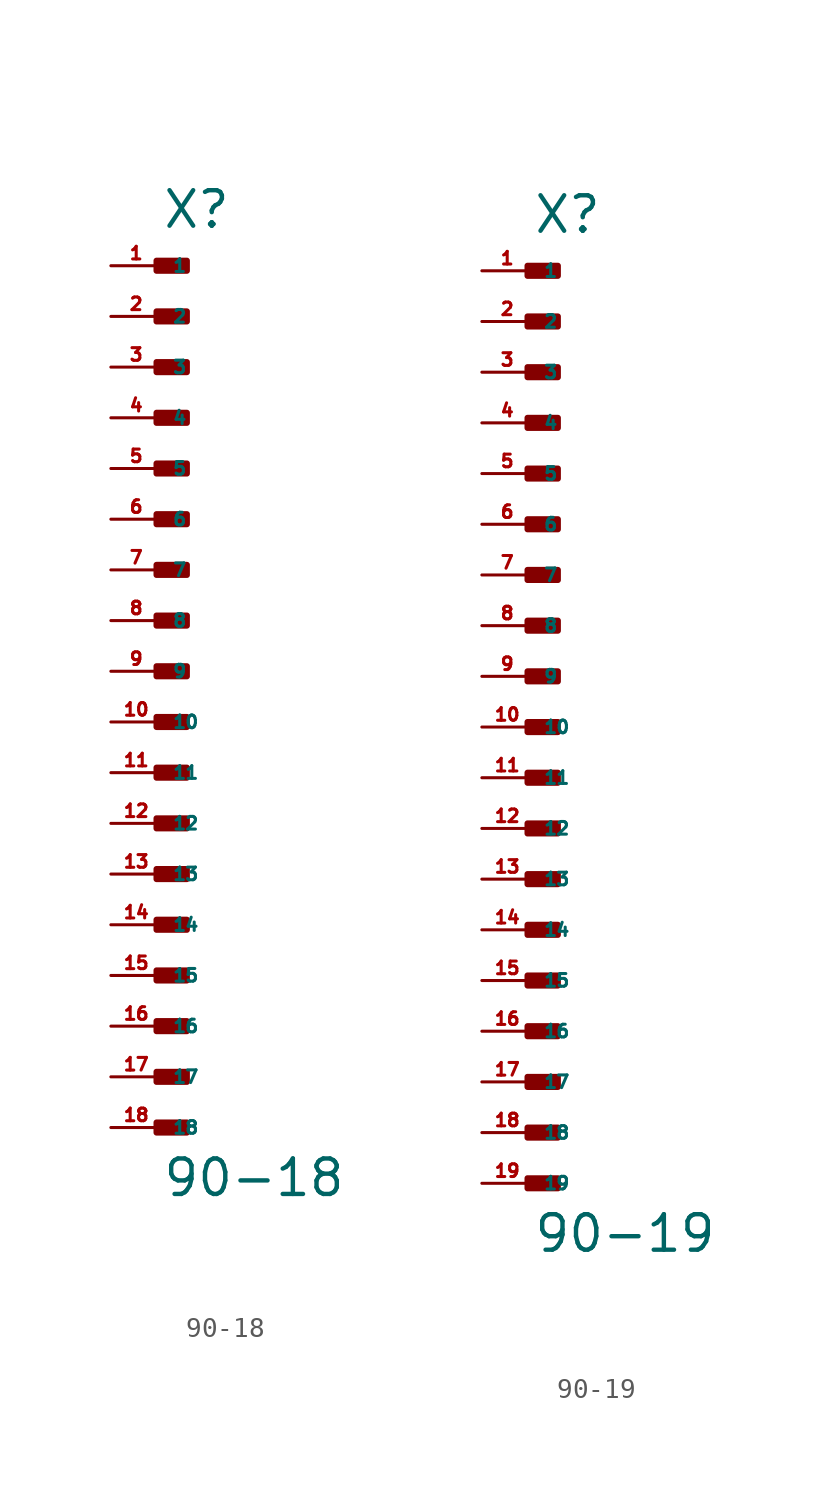
<source format=kicad_sym>
(kicad_symbol_lib
  (version 20220914)
  (generator Eagle2Kicad)
  (symbol "90-18"
    (property "Reference" "X"
      (at 0 22.098 0)
      (effects (font (size 1.778 1.778) (thickness 0.22)) (justify left bottom)))
    (property "Value" "90-18"
      (at 0 -26.416 0)
      (effects (font (size 1.778 1.778) (thickness 0.22)) (justify left bottom)))
    (rectangle
      (start -0.254 20.066)
      (end 1.27 20.574)
      (stroke (width 0.3) (type default))
      (fill (type outline)))
    (rectangle
      (start -0.254 17.526)
      (end 1.27 18.034)
      (stroke (width 0.3) (type default))
      (fill (type outline)))
    (rectangle
      (start -0.254 14.986)
      (end 1.27 15.494)
      (stroke (width 0.3) (type default))
      (fill (type outline)))
    (rectangle
      (start -0.254 12.446)
      (end 1.27 12.954)
      (stroke (width 0.3) (type default))
      (fill (type outline)))
    (rectangle
      (start -0.254 9.906)
      (end 1.27 10.414)
      (stroke (width 0.3) (type default))
      (fill (type outline)))
    (rectangle
      (start -0.254 7.366)
      (end 1.27 7.874)
      (stroke (width 0.3) (type default))
      (fill (type outline)))
    (rectangle
      (start -0.254 4.826)
      (end 1.27 5.334)
      (stroke (width 0.3) (type default))
      (fill (type outline)))
    (rectangle
      (start -0.254 2.286)
      (end 1.27 2.794)
      (stroke (width 0.3) (type default))
      (fill (type outline)))
    (rectangle
      (start -0.254 -0.254)
      (end 1.27 0.254)
      (stroke (width 0.3) (type default))
      (fill (type outline)))
    (rectangle
      (start -0.254 -2.794)
      (end 1.27 -2.286)
      (stroke (width 0.3) (type default))
      (fill (type outline)))
    (rectangle
      (start -0.254 -5.334)
      (end 1.27 -4.826)
      (stroke (width 0.3) (type default))
      (fill (type outline)))
    (rectangle
      (start -0.254 -7.874)
      (end 1.27 -7.366)
      (stroke (width 0.3) (type default))
      (fill (type outline)))
    (rectangle
      (start -0.254 -10.414)
      (end 1.27 -9.906)
      (stroke (width 0.3) (type default))
      (fill (type outline)))
    (rectangle
      (start -0.254 -12.954)
      (end 1.27 -12.446)
      (stroke (width 0.3) (type default))
      (fill (type outline)))
    (rectangle
      (start -0.254 -15.494)
      (end 1.27 -14.986)
      (stroke (width 0.3) (type default))
      (fill (type outline)))
    (rectangle
      (start -0.254 -18.034)
      (end 1.27 -17.526)
      (stroke (width 0.3) (type default))
      (fill (type outline)))
    (rectangle
      (start -0.254 -20.574)
      (end 1.27 -20.066)
      (stroke (width 0.3) (type default))
      (fill (type outline)))
    (rectangle
      (start -0.254 -23.114)
      (end 1.27 -22.606)
      (stroke (width 0.3) (type default))
      (fill (type outline)))
    (pin passive line
      (at -2.54 20.32 0)
      (length 2.54)
      (name "1" (effects (font (size 0.635 0.635) (thickness 0.08)) (justify left bottom)))
      (number "1" (effects (font (size 0.635 0.635) (thickness 0.08)) (justify left bottom))))
    (pin passive line
      (at -2.54 17.78 0)
      (length 2.54)
      (name "2" (effects (font (size 0.635 0.635) (thickness 0.08)) (justify left bottom)))
      (number "2" (effects (font (size 0.635 0.635) (thickness 0.08)) (justify left bottom))))
    (pin passive line
      (at -2.54 15.24 0)
      (length 2.54)
      (name "3" (effects (font (size 0.635 0.635) (thickness 0.08)) (justify left bottom)))
      (number "3" (effects (font (size 0.635 0.635) (thickness 0.08)) (justify left bottom))))
    (pin passive line
      (at -2.54 12.7 0)
      (length 2.54)
      (name "4" (effects (font (size 0.635 0.635) (thickness 0.08)) (justify left bottom)))
      (number "4" (effects (font (size 0.635 0.635) (thickness 0.08)) (justify left bottom))))
    (pin passive line
      (at -2.54 10.16 0)
      (length 2.54)
      (name "5" (effects (font (size 0.635 0.635) (thickness 0.08)) (justify left bottom)))
      (number "5" (effects (font (size 0.635 0.635) (thickness 0.08)) (justify left bottom))))
    (pin passive line
      (at -2.54 7.62 0)
      (length 2.54)
      (name "6" (effects (font (size 0.635 0.635) (thickness 0.08)) (justify left bottom)))
      (number "6" (effects (font (size 0.635 0.635) (thickness 0.08)) (justify left bottom))))
    (pin passive line
      (at -2.54 5.08 0)
      (length 2.54)
      (name "7" (effects (font (size 0.635 0.635) (thickness 0.08)) (justify left bottom)))
      (number "7" (effects (font (size 0.635 0.635) (thickness 0.08)) (justify left bottom))))
    (pin passive line
      (at -2.54 2.54 0)
      (length 2.54)
      (name "8" (effects (font (size 0.635 0.635) (thickness 0.08)) (justify left bottom)))
      (number "8" (effects (font (size 0.635 0.635) (thickness 0.08)) (justify left bottom))))
    (pin passive line
      (at -2.54 0 0)
      (length 2.54)
      (name "9" (effects (font (size 0.635 0.635) (thickness 0.08)) (justify left bottom)))
      (number "9" (effects (font (size 0.635 0.635) (thickness 0.08)) (justify left bottom))))
    (pin passive line
      (at -2.54 -2.54 0)
      (length 2.54)
      (name "10" (effects (font (size 0.635 0.635) (thickness 0.08)) (justify left bottom)))
      (number "10" (effects (font (size 0.635 0.635) (thickness 0.08)) (justify left bottom))))
    (pin passive line
      (at -2.54 -5.08 0)
      (length 2.54)
      (name "11" (effects (font (size 0.635 0.635) (thickness 0.08)) (justify left bottom)))
      (number "11" (effects (font (size 0.635 0.635) (thickness 0.08)) (justify left bottom))))
    (pin passive line
      (at -2.54 -7.62 0)
      (length 2.54)
      (name "12" (effects (font (size 0.635 0.635) (thickness 0.08)) (justify left bottom)))
      (number "12" (effects (font (size 0.635 0.635) (thickness 0.08)) (justify left bottom))))
    (pin passive line
      (at -2.54 -10.16 0)
      (length 2.54)
      (name "13" (effects (font (size 0.635 0.635) (thickness 0.08)) (justify left bottom)))
      (number "13" (effects (font (size 0.635 0.635) (thickness 0.08)) (justify left bottom))))
    (pin passive line
      (at -2.54 -12.7 0)
      (length 2.54)
      (name "14" (effects (font (size 0.635 0.635) (thickness 0.08)) (justify left bottom)))
      (number "14" (effects (font (size 0.635 0.635) (thickness 0.08)) (justify left bottom))))
    (pin passive line
      (at -2.54 -15.24 0)
      (length 2.54)
      (name "15" (effects (font (size 0.635 0.635) (thickness 0.08)) (justify left bottom)))
      (number "15" (effects (font (size 0.635 0.635) (thickness 0.08)) (justify left bottom))))
    (pin passive line
      (at -2.54 -17.78 0)
      (length 2.54)
      (name "16" (effects (font (size 0.635 0.635) (thickness 0.08)) (justify left bottom)))
      (number "16" (effects (font (size 0.635 0.635) (thickness 0.08)) (justify left bottom))))
    (pin passive line
      (at -2.54 -20.32 0)
      (length 2.54)
      (name "17" (effects (font (size 0.635 0.635) (thickness 0.08)) (justify left bottom)))
      (number "17" (effects (font (size 0.635 0.635) (thickness 0.08)) (justify left bottom))))
    (pin passive line
      (at -2.54 -22.86 0)
      (length 2.54)
      (name "18" (effects (font (size 0.635 0.635) (thickness 0.08)) (justify left bottom)))
      (number "18" (effects (font (size 0.635 0.635) (thickness 0.08)) (justify left bottom)))))
  (symbol "90-19"
    (property "Reference" "X"
      (at 0 24.638 0)
      (effects (font (size 1.778 1.778) (thickness 0.22)) (justify left bottom)))
    (property "Value" "90-19"
      (at 0 -26.416 0)
      (effects (font (size 1.778 1.778) (thickness 0.22)) (justify left bottom)))
    (rectangle
      (start -0.254 22.606)
      (end 1.27 23.114)
      (stroke (width 0.3) (type default))
      (fill (type outline)))
    (rectangle
      (start -0.254 20.066)
      (end 1.27 20.574)
      (stroke (width 0.3) (type default))
      (fill (type outline)))
    (rectangle
      (start -0.254 17.526)
      (end 1.27 18.034)
      (stroke (width 0.3) (type default))
      (fill (type outline)))
    (rectangle
      (start -0.254 14.986)
      (end 1.27 15.494)
      (stroke (width 0.3) (type default))
      (fill (type outline)))
    (rectangle
      (start -0.254 12.446)
      (end 1.27 12.954)
      (stroke (width 0.3) (type default))
      (fill (type outline)))
    (rectangle
      (start -0.254 9.906)
      (end 1.27 10.414)
      (stroke (width 0.3) (type default))
      (fill (type outline)))
    (rectangle
      (start -0.254 7.366)
      (end 1.27 7.874)
      (stroke (width 0.3) (type default))
      (fill (type outline)))
    (rectangle
      (start -0.254 4.826)
      (end 1.27 5.334)
      (stroke (width 0.3) (type default))
      (fill (type outline)))
    (rectangle
      (start -0.254 2.286)
      (end 1.27 2.794)
      (stroke (width 0.3) (type default))
      (fill (type outline)))
    (rectangle
      (start -0.254 -0.254)
      (end 1.27 0.254)
      (stroke (width 0.3) (type default))
      (fill (type outline)))
    (rectangle
      (start -0.254 -2.794)
      (end 1.27 -2.286)
      (stroke (width 0.3) (type default))
      (fill (type outline)))
    (rectangle
      (start -0.254 -5.334)
      (end 1.27 -4.826)
      (stroke (width 0.3) (type default))
      (fill (type outline)))
    (rectangle
      (start -0.254 -7.874)
      (end 1.27 -7.366)
      (stroke (width 0.3) (type default))
      (fill (type outline)))
    (rectangle
      (start -0.254 -10.414)
      (end 1.27 -9.906)
      (stroke (width 0.3) (type default))
      (fill (type outline)))
    (rectangle
      (start -0.254 -12.954)
      (end 1.27 -12.446)
      (stroke (width 0.3) (type default))
      (fill (type outline)))
    (rectangle
      (start -0.254 -15.494)
      (end 1.27 -14.986)
      (stroke (width 0.3) (type default))
      (fill (type outline)))
    (rectangle
      (start -0.254 -18.034)
      (end 1.27 -17.526)
      (stroke (width 0.3) (type default))
      (fill (type outline)))
    (rectangle
      (start -0.254 -20.574)
      (end 1.27 -20.066)
      (stroke (width 0.3) (type default))
      (fill (type outline)))
    (rectangle
      (start -0.254 -23.114)
      (end 1.27 -22.606)
      (stroke (width 0.3) (type default))
      (fill (type outline)))
    (pin passive line
      (at -2.54 22.86 0)
      (length 2.54)
      (name "1" (effects (font (size 0.635 0.635) (thickness 0.08)) (justify left bottom)))
      (number "1" (effects (font (size 0.635 0.635) (thickness 0.08)) (justify left bottom))))
    (pin passive line
      (at -2.54 20.32 0)
      (length 2.54)
      (name "2" (effects (font (size 0.635 0.635) (thickness 0.08)) (justify left bottom)))
      (number "2" (effects (font (size 0.635 0.635) (thickness 0.08)) (justify left bottom))))
    (pin passive line
      (at -2.54 17.78 0)
      (length 2.54)
      (name "3" (effects (font (size 0.635 0.635) (thickness 0.08)) (justify left bottom)))
      (number "3" (effects (font (size 0.635 0.635) (thickness 0.08)) (justify left bottom))))
    (pin passive line
      (at -2.54 15.24 0)
      (length 2.54)
      (name "4" (effects (font (size 0.635 0.635) (thickness 0.08)) (justify left bottom)))
      (number "4" (effects (font (size 0.635 0.635) (thickness 0.08)) (justify left bottom))))
    (pin passive line
      (at -2.54 12.7 0)
      (length 2.54)
      (name "5" (effects (font (size 0.635 0.635) (thickness 0.08)) (justify left bottom)))
      (number "5" (effects (font (size 0.635 0.635) (thickness 0.08)) (justify left bottom))))
    (pin passive line
      (at -2.54 10.16 0)
      (length 2.54)
      (name "6" (effects (font (size 0.635 0.635) (thickness 0.08)) (justify left bottom)))
      (number "6" (effects (font (size 0.635 0.635) (thickness 0.08)) (justify left bottom))))
    (pin passive line
      (at -2.54 7.62 0)
      (length 2.54)
      (name "7" (effects (font (size 0.635 0.635) (thickness 0.08)) (justify left bottom)))
      (number "7" (effects (font (size 0.635 0.635) (thickness 0.08)) (justify left bottom))))
    (pin passive line
      (at -2.54 5.08 0)
      (length 2.54)
      (name "8" (effects (font (size 0.635 0.635) (thickness 0.08)) (justify left bottom)))
      (number "8" (effects (font (size 0.635 0.635) (thickness 0.08)) (justify left bottom))))
    (pin passive line
      (at -2.54 2.54 0)
      (length 2.54)
      (name "9" (effects (font (size 0.635 0.635) (thickness 0.08)) (justify left bottom)))
      (number "9" (effects (font (size 0.635 0.635) (thickness 0.08)) (justify left bottom))))
    (pin passive line
      (at -2.54 0 0)
      (length 2.54)
      (name "10" (effects (font (size 0.635 0.635) (thickness 0.08)) (justify left bottom)))
      (number "10" (effects (font (size 0.635 0.635) (thickness 0.08)) (justify left bottom))))
    (pin passive line
      (at -2.54 -2.54 0)
      (length 2.54)
      (name "11" (effects (font (size 0.635 0.635) (thickness 0.08)) (justify left bottom)))
      (number "11" (effects (font (size 0.635 0.635) (thickness 0.08)) (justify left bottom))))
    (pin passive line
      (at -2.54 -5.08 0)
      (length 2.54)
      (name "12" (effects (font (size 0.635 0.635) (thickness 0.08)) (justify left bottom)))
      (number "12" (effects (font (size 0.635 0.635) (thickness 0.08)) (justify left bottom))))
    (pin passive line
      (at -2.54 -7.62 0)
      (length 2.54)
      (name "13" (effects (font (size 0.635 0.635) (thickness 0.08)) (justify left bottom)))
      (number "13" (effects (font (size 0.635 0.635) (thickness 0.08)) (justify left bottom))))
    (pin passive line
      (at -2.54 -10.16 0)
      (length 2.54)
      (name "14" (effects (font (size 0.635 0.635) (thickness 0.08)) (justify left bottom)))
      (number "14" (effects (font (size 0.635 0.635) (thickness 0.08)) (justify left bottom))))
    (pin passive line
      (at -2.54 -12.7 0)
      (length 2.54)
      (name "15" (effects (font (size 0.635 0.635) (thickness 0.08)) (justify left bottom)))
      (number "15" (effects (font (size 0.635 0.635) (thickness 0.08)) (justify left bottom))))
    (pin passive line
      (at -2.54 -15.24 0)
      (length 2.54)
      (name "16" (effects (font (size 0.635 0.635) (thickness 0.08)) (justify left bottom)))
      (number "16" (effects (font (size 0.635 0.635) (thickness 0.08)) (justify left bottom))))
    (pin passive line
      (at -2.54 -17.78 0)
      (length 2.54)
      (name "17" (effects (font (size 0.635 0.635) (thickness 0.08)) (justify left bottom)))
      (number "17" (effects (font (size 0.635 0.635) (thickness 0.08)) (justify left bottom))))
    (pin passive line
      (at -2.54 -20.32 0)
      (length 2.54)
      (name "18" (effects (font (size 0.635 0.635) (thickness 0.08)) (justify left bottom)))
      (number "18" (effects (font (size 0.635 0.635) (thickness 0.08)) (justify left bottom))))
    (pin passive line
      (at -2.54 -22.86 0)
      (length 2.54)
      (name "19" (effects (font (size 0.635 0.635) (thickness 0.08)) (justify left bottom)))
      (number "19" (effects (font (size 0.635 0.635) (thickness 0.08)) (justify left bottom))))))
</source>
